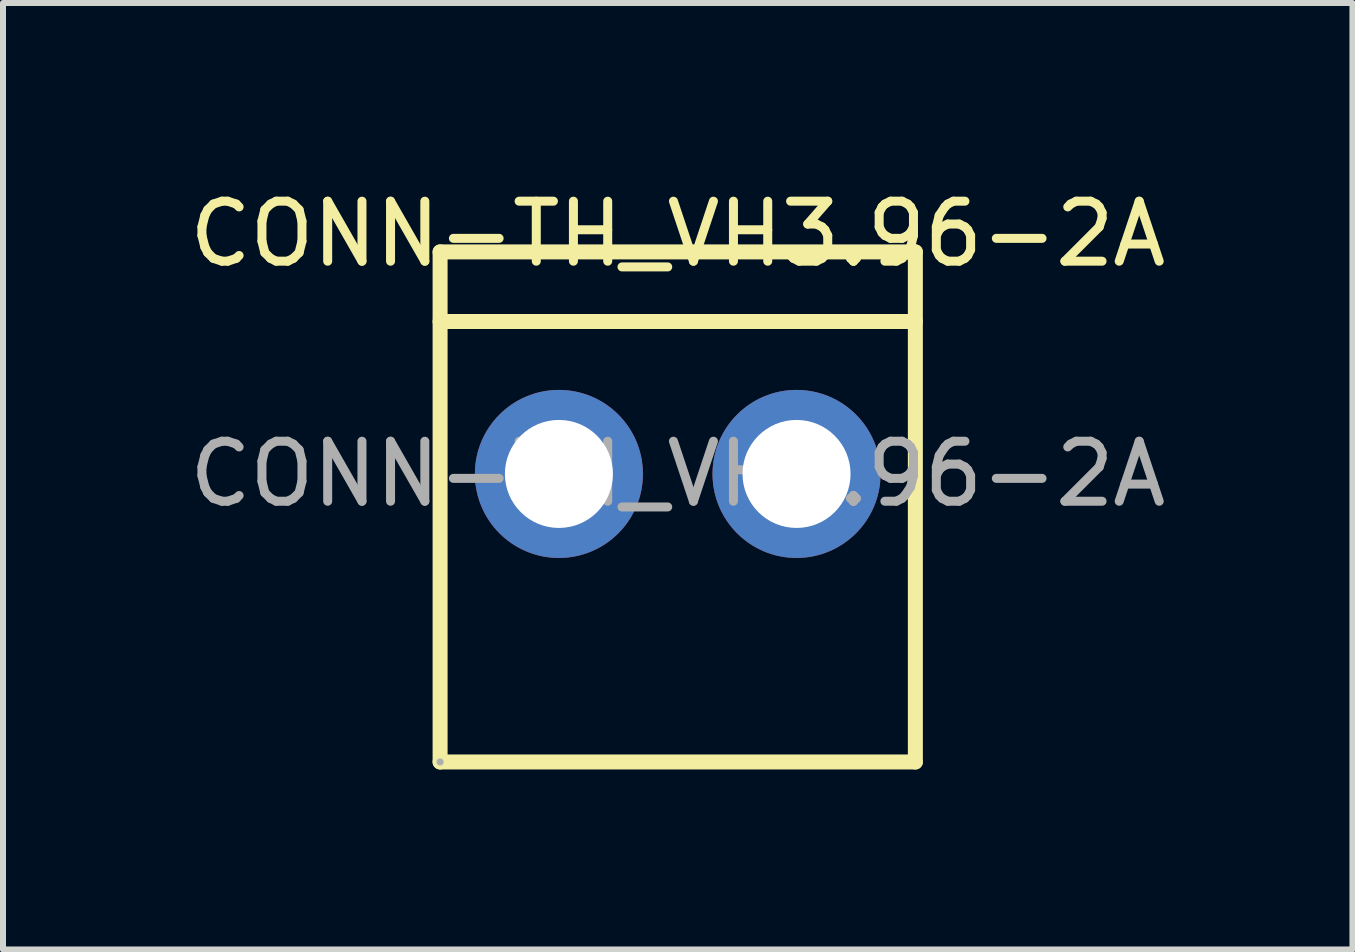
<source format=kicad_pcb>
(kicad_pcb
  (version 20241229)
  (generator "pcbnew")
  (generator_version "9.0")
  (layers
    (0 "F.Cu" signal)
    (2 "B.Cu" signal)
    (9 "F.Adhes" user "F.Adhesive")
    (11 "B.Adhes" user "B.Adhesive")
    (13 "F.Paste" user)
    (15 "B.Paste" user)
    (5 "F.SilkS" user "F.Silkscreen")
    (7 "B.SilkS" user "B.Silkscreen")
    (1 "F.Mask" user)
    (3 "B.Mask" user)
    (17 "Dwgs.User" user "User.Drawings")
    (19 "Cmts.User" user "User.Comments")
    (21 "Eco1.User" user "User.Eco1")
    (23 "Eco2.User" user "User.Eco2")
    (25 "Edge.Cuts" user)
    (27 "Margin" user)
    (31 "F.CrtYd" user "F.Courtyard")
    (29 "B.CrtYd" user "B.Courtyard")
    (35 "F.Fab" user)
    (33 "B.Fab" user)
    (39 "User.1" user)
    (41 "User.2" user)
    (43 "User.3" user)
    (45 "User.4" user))
  (footprint "CONN-TH_VH3.96-2A"
    (layer "F.Cu")
    (at 8.244 4.848)
    (property "Reference" "CONN-TH_VH3.96-2A" (at 0 -4 0) (layer "F.SilkS") (effects (font (size 1 1) (thickness 0.15))))
    (attr through_hole)
    (fp_line (start -3.96 -3.7) (end 3.96 -3.7) (stroke (width 0.25) (type solid)) (layer "F.SilkS"))
    (fp_line (start -3.96 4.8) (end -3.96 -3.7) (stroke (width 0.25) (type solid)) (layer "F.SilkS"))
    (fp_line (start 3.96 -3.7) (end 3.96 4.8) (stroke (width 0.25) (type solid)) (layer "F.SilkS"))
    (fp_line (start 3.96 -2.54) (end -3.96 -2.54) (stroke (width 0.25) (type solid)) (layer "F.SilkS"))
    (fp_line (start 3.96 4.8) (end -3.96 4.8) (stroke (width 0.25) (type solid)) (layer "F.SilkS"))
    (fp_circle (center -3.96 4.8) (end -3.93 4.8) (stroke (width 0.06) (type solid)) (fill no) (layer "F.Fab"))
    (fp_text user "${REFERENCE}" (at 0 0 0) (layer "F.Fab") (effects (font (size 1 1) (thickness 0.15))))
    (pad "1" thru_hole circle (at -1.98 0) (size 2.8 2.8) (drill 1.8) (layers "*.Cu" "*.Paste" "*.Mask"))
    (pad "2" thru_hole circle (at 1.98 0) (size 2.8 2.8) (drill 1.8) (layers "*.Cu" "*.Paste" "*.Mask")))
  (gr_rect
    (start -3 -3)
    (end 19.488 12.773)
    (stroke (width 0.1) (type default))
    (fill no)
    (layer "Edge.Cuts")))
</source>
